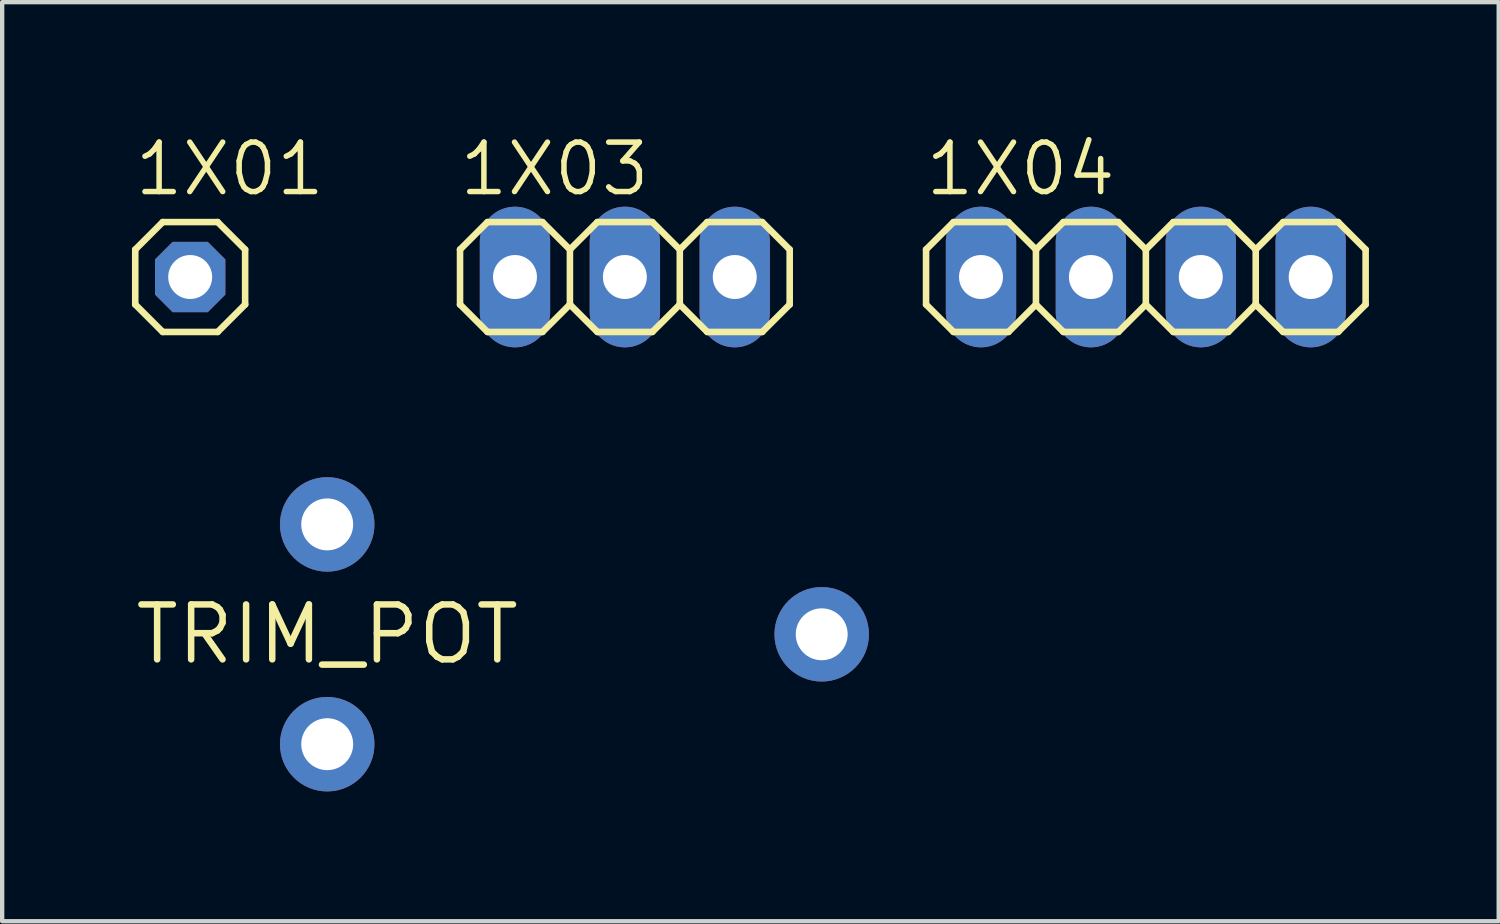
<source format=kicad_pcb>
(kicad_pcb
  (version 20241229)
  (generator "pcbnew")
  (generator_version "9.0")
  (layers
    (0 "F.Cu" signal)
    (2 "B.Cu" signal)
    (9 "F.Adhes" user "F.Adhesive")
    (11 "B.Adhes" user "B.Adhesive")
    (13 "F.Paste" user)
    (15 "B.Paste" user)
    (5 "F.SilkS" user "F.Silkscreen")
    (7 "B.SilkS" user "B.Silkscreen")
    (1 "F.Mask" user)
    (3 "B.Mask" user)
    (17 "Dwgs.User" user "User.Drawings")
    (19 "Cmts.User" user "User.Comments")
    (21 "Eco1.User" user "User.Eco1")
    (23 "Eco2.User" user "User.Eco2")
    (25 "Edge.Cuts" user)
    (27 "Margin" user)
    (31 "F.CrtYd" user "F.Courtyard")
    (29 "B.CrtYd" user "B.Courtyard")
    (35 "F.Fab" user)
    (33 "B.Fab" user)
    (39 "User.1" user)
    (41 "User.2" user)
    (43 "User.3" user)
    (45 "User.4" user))
  (footprint "1X04"
    (layer "F.Cu")
    (at 23.435 3.353)
    (property "Reference" "1X04" (at -5.156 -1.829 0) (layer "F.SilkS") (effects (font (size 1.143 1.143) (thickness 0.127)) (justify left bottom)))
    (fp_line (start -5.08 -0.635) (end -5.08 0.635) (stroke (width 0.152) (type solid)) (layer "F.SilkS"))
    (fp_line (start -5.08 0.635) (end -4.445 1.27) (stroke (width 0.152) (type solid)) (layer "F.SilkS"))
    (fp_line (start -4.445 -1.27) (end -5.08 -0.635) (stroke (width 0.152) (type solid)) (layer "F.SilkS"))
    (fp_line (start -4.445 -1.27) (end -3.175 -1.27) (stroke (width 0.152) (type solid)) (layer "F.SilkS"))
    (fp_line (start -3.175 -1.27) (end -2.54 -0.635) (stroke (width 0.152) (type solid)) (layer "F.SilkS"))
    (fp_line (start -3.175 1.27) (end -4.445 1.27) (stroke (width 0.152) (type solid)) (layer "F.SilkS"))
    (fp_line (start -2.54 -0.635) (end -2.54 0.635) (stroke (width 0.152) (type solid)) (layer "F.SilkS"))
    (fp_line (start -2.54 -0.635) (end -1.905 -1.27) (stroke (width 0.152) (type solid)) (layer "F.SilkS"))
    (fp_line (start -2.54 0.635) (end -3.175 1.27) (stroke (width 0.152) (type solid)) (layer "F.SilkS"))
    (fp_line (start -1.905 -1.27) (end -0.635 -1.27) (stroke (width 0.152) (type solid)) (layer "F.SilkS"))
    (fp_line (start -1.905 1.27) (end -2.54 0.635) (stroke (width 0.152) (type solid)) (layer "F.SilkS"))
    (fp_line (start -0.635 -1.27) (end 0 -0.635) (stroke (width 0.152) (type solid)) (layer "F.SilkS"))
    (fp_line (start -0.635 1.27) (end -1.905 1.27) (stroke (width 0.152) (type solid)) (layer "F.SilkS"))
    (fp_line (start 0 -0.635) (end 0 0.635) (stroke (width 0.152) (type solid)) (layer "F.SilkS"))
    (fp_line (start 0 -0.635) (end 0.635 -1.27) (stroke (width 0.152) (type solid)) (layer "F.SilkS"))
    (fp_line (start 0 0.635) (end -0.635 1.27) (stroke (width 0.152) (type solid)) (layer "F.SilkS"))
    (fp_line (start 0.635 -1.27) (end 1.905 -1.27) (stroke (width 0.152) (type solid)) (layer "F.SilkS"))
    (fp_line (start 0.635 1.27) (end 0 0.635) (stroke (width 0.152) (type solid)) (layer "F.SilkS"))
    (fp_line (start 1.905 -1.27) (end 2.54 -0.635) (stroke (width 0.152) (type solid)) (layer "F.SilkS"))
    (fp_line (start 1.905 1.27) (end 0.635 1.27) (stroke (width 0.152) (type solid)) (layer "F.SilkS"))
    (fp_line (start 2.54 -0.635) (end 2.54 0.635) (stroke (width 0.152) (type solid)) (layer "F.SilkS"))
    (fp_line (start 2.54 0.635) (end 1.905 1.27) (stroke (width 0.152) (type solid)) (layer "F.SilkS"))
    (fp_line (start 2.54 0.635) (end 3.175 1.27) (stroke (width 0.152) (type solid)) (layer "F.SilkS"))
    (fp_line (start 3.175 -1.27) (end 2.54 -0.635) (stroke (width 0.152) (type solid)) (layer "F.SilkS"))
    (fp_line (start 3.175 -1.27) (end 4.445 -1.27) (stroke (width 0.152) (type solid)) (layer "F.SilkS"))
    (fp_line (start 4.445 -1.27) (end 5.08 -0.635) (stroke (width 0.152) (type solid)) (layer "F.SilkS"))
    (fp_line (start 4.445 1.27) (end 3.175 1.27) (stroke (width 0.152) (type solid)) (layer "F.SilkS"))
    (fp_line (start 5.08 -0.635) (end 5.08 0.635) (stroke (width 0.152) (type solid)) (layer "F.SilkS"))
    (fp_line (start 5.08 0.635) (end 4.445 1.27) (stroke (width 0.152) (type solid)) (layer "F.SilkS"))
    (fp_poly (pts (xy -4.064 0.254) (xy -3.556 0.254) (xy -3.556 -0.254) (xy -4.064 -0.254)) (stroke (width 0.1) (type solid)) (fill no) (layer "F.Fab"))
    (fp_poly (pts (xy -1.524 0.254) (xy -1.016 0.254) (xy -1.016 -0.254) (xy -1.524 -0.254)) (stroke (width 0.1) (type solid)) (fill no) (layer "F.Fab"))
    (fp_poly (pts (xy 1.016 0.254) (xy 1.524 0.254) (xy 1.524 -0.254) (xy 1.016 -0.254)) (stroke (width 0.1) (type solid)) (fill no) (layer "F.Fab"))
    (fp_poly (pts (xy 3.556 0.254) (xy 4.064 0.254) (xy 4.064 -0.254) (xy 3.556 -0.254)) (stroke (width 0.1) (type solid)) (fill no) (layer "F.Fab"))
    (pad "1" thru_hole oval (at -3.81 0 90) (size 3.251 1.626) (drill 1.016) (layers "*.Cu" "*.Mask"))
    (pad "2" thru_hole oval (at -1.27 0 90) (size 3.251 1.626) (drill 1.016) (layers "*.Cu" "*.Mask"))
    (pad "3" thru_hole oval (at 1.27 0 90) (size 3.251 1.626) (drill 1.016) (layers "*.Cu" "*.Mask"))
    (pad "4" thru_hole oval (at 3.81 0 90) (size 3.251 1.626) (drill 1.016) (layers "*.Cu" "*.Mask")))
  (footprint "1X01"
    (layer "F.Cu")
    (at 1.346 3.353)
    (property "Reference" "1X01" (at -1.346 -1.829 0) (layer "F.SilkS") (effects (font (size 1.143 1.143) (thickness 0.127)) (justify left bottom)))
    (fp_line (start -1.27 -0.635) (end -1.27 0.635) (stroke (width 0.152) (type solid)) (layer "F.SilkS"))
    (fp_line (start -1.27 0.635) (end -0.635 1.27) (stroke (width 0.152) (type solid)) (layer "F.SilkS"))
    (fp_line (start -0.635 -1.27) (end -1.27 -0.635) (stroke (width 0.152) (type solid)) (layer "F.SilkS"))
    (fp_line (start -0.635 -1.27) (end 0.635 -1.27) (stroke (width 0.152) (type solid)) (layer "F.SilkS"))
    (fp_line (start 0.635 -1.27) (end 1.27 -0.635) (stroke (width 0.152) (type solid)) (layer "F.SilkS"))
    (fp_line (start 0.635 1.27) (end -0.635 1.27) (stroke (width 0.152) (type solid)) (layer "F.SilkS"))
    (fp_line (start 1.27 -0.635) (end 1.27 0.635) (stroke (width 0.152) (type solid)) (layer "F.SilkS"))
    (fp_line (start 1.27 0.635) (end 0.635 1.27) (stroke (width 0.152) (type solid)) (layer "F.SilkS"))
    (fp_poly (pts (xy -0.254 0.254) (xy 0.254 0.254) (xy 0.254 -0.254) (xy -0.254 -0.254)) (stroke (width 0.1) (type solid)) (fill no) (layer "F.Fab"))
    (pad "1" thru_hole roundrect (at 0 0) (size 1.626 1.626) (drill 1.016) (layers "*.Cu" "*.Mask") (roundrect_rratio 0.25) (chamfer_ratio 0.25) (chamfer top_left top_right bottom_left bottom_right)))
  (footprint "TRIM_POT"
    (layer "F.Cu")
    (at 4.513 11.611)
    (property "Reference" "TRIM_POT" (at 0 0 0) (layer "F.SilkS") (effects (font (size 1.27 1.27) (thickness 0.15))))
    (pad "1" thru_hole circle (at 11.43 0) (size 2.184 2.184) (drill 1.2) (layers "*.Cu" "*.Mask"))
    (pad "2" thru_hole circle (at 0 -2.54) (size 2.184 2.184) (drill 1.2) (layers "*.Cu" "*.Mask"))
    (pad "3" thru_hole circle (at 0 2.54) (size 2.184 2.184) (drill 1.2) (layers "*.Cu" "*.Mask")))
  (footprint "1X03"
    (layer "F.Cu")
    (at 11.393 3.353)
    (property "Reference" "1X03" (at -3.886 -1.829 0) (layer "F.SilkS") (effects (font (size 1.143 1.143) (thickness 0.127)) (justify left bottom)))
    (fp_line (start -3.81 -0.635) (end -3.81 0.635) (stroke (width 0.152) (type solid)) (layer "F.SilkS"))
    (fp_line (start -3.81 0.635) (end -3.175 1.27) (stroke (width 0.152) (type solid)) (layer "F.SilkS"))
    (fp_line (start -3.175 -1.27) (end -3.81 -0.635) (stroke (width 0.152) (type solid)) (layer "F.SilkS"))
    (fp_line (start -3.175 -1.27) (end -1.905 -1.27) (stroke (width 0.152) (type solid)) (layer "F.SilkS"))
    (fp_line (start -1.905 -1.27) (end -1.27 -0.635) (stroke (width 0.152) (type solid)) (layer "F.SilkS"))
    (fp_line (start -1.905 1.27) (end -3.175 1.27) (stroke (width 0.152) (type solid)) (layer "F.SilkS"))
    (fp_line (start -1.27 -0.635) (end -1.27 0.635) (stroke (width 0.152) (type solid)) (layer "F.SilkS"))
    (fp_line (start -1.27 -0.635) (end -0.635 -1.27) (stroke (width 0.152) (type solid)) (layer "F.SilkS"))
    (fp_line (start -1.27 0.635) (end -1.905 1.27) (stroke (width 0.152) (type solid)) (layer "F.SilkS"))
    (fp_line (start -0.635 -1.27) (end 0.635 -1.27) (stroke (width 0.152) (type solid)) (layer "F.SilkS"))
    (fp_line (start -0.635 1.27) (end -1.27 0.635) (stroke (width 0.152) (type solid)) (layer "F.SilkS"))
    (fp_line (start 0.635 -1.27) (end 1.27 -0.635) (stroke (width 0.152) (type solid)) (layer "F.SilkS"))
    (fp_line (start 0.635 1.27) (end -0.635 1.27) (stroke (width 0.152) (type solid)) (layer "F.SilkS"))
    (fp_line (start 1.27 -0.635) (end 1.27 0.635) (stroke (width 0.152) (type solid)) (layer "F.SilkS"))
    (fp_line (start 1.27 -0.635) (end 1.905 -1.27) (stroke (width 0.152) (type solid)) (layer "F.SilkS"))
    (fp_line (start 1.27 0.635) (end 0.635 1.27) (stroke (width 0.152) (type solid)) (layer "F.SilkS"))
    (fp_line (start 1.905 -1.27) (end 3.175 -1.27) (stroke (width 0.152) (type solid)) (layer "F.SilkS"))
    (fp_line (start 1.905 1.27) (end 1.27 0.635) (stroke (width 0.152) (type solid)) (layer "F.SilkS"))
    (fp_line (start 3.175 -1.27) (end 3.81 -0.635) (stroke (width 0.152) (type solid)) (layer "F.SilkS"))
    (fp_line (start 3.175 1.27) (end 1.905 1.27) (stroke (width 0.152) (type solid)) (layer "F.SilkS"))
    (fp_line (start 3.81 -0.635) (end 3.81 0.635) (stroke (width 0.152) (type solid)) (layer "F.SilkS"))
    (fp_line (start 3.81 0.635) (end 3.175 1.27) (stroke (width 0.152) (type solid)) (layer "F.SilkS"))
    (fp_poly (pts (xy -2.794 0.254) (xy -2.286 0.254) (xy -2.286 -0.254) (xy -2.794 -0.254)) (stroke (width 0.1) (type solid)) (fill no) (layer "F.Fab"))
    (fp_poly (pts (xy -0.254 0.254) (xy 0.254 0.254) (xy 0.254 -0.254) (xy -0.254 -0.254)) (stroke (width 0.1) (type solid)) (fill no) (layer "F.Fab"))
    (fp_poly (pts (xy 2.286 0.254) (xy 2.794 0.254) (xy 2.794 -0.254) (xy 2.286 -0.254)) (stroke (width 0.1) (type solid)) (fill no) (layer "F.Fab"))
    (pad "1" thru_hole oval (at -2.54 0 90) (size 3.251 1.626) (drill 1.016) (layers "*.Cu" "*.Mask"))
    (pad "2" thru_hole oval (at 0 0 90) (size 3.251 1.626) (drill 1.016) (layers "*.Cu" "*.Mask"))
    (pad "3" thru_hole oval (at 2.54 0 90) (size 3.251 1.626) (drill 1.016) (layers "*.Cu" "*.Mask")))
  (gr_rect
    (start -3 -3)
    (end 31.591 18.243)
    (stroke (width 0.1) (type default))
    (fill no)
    (layer "Edge.Cuts")))
</source>
